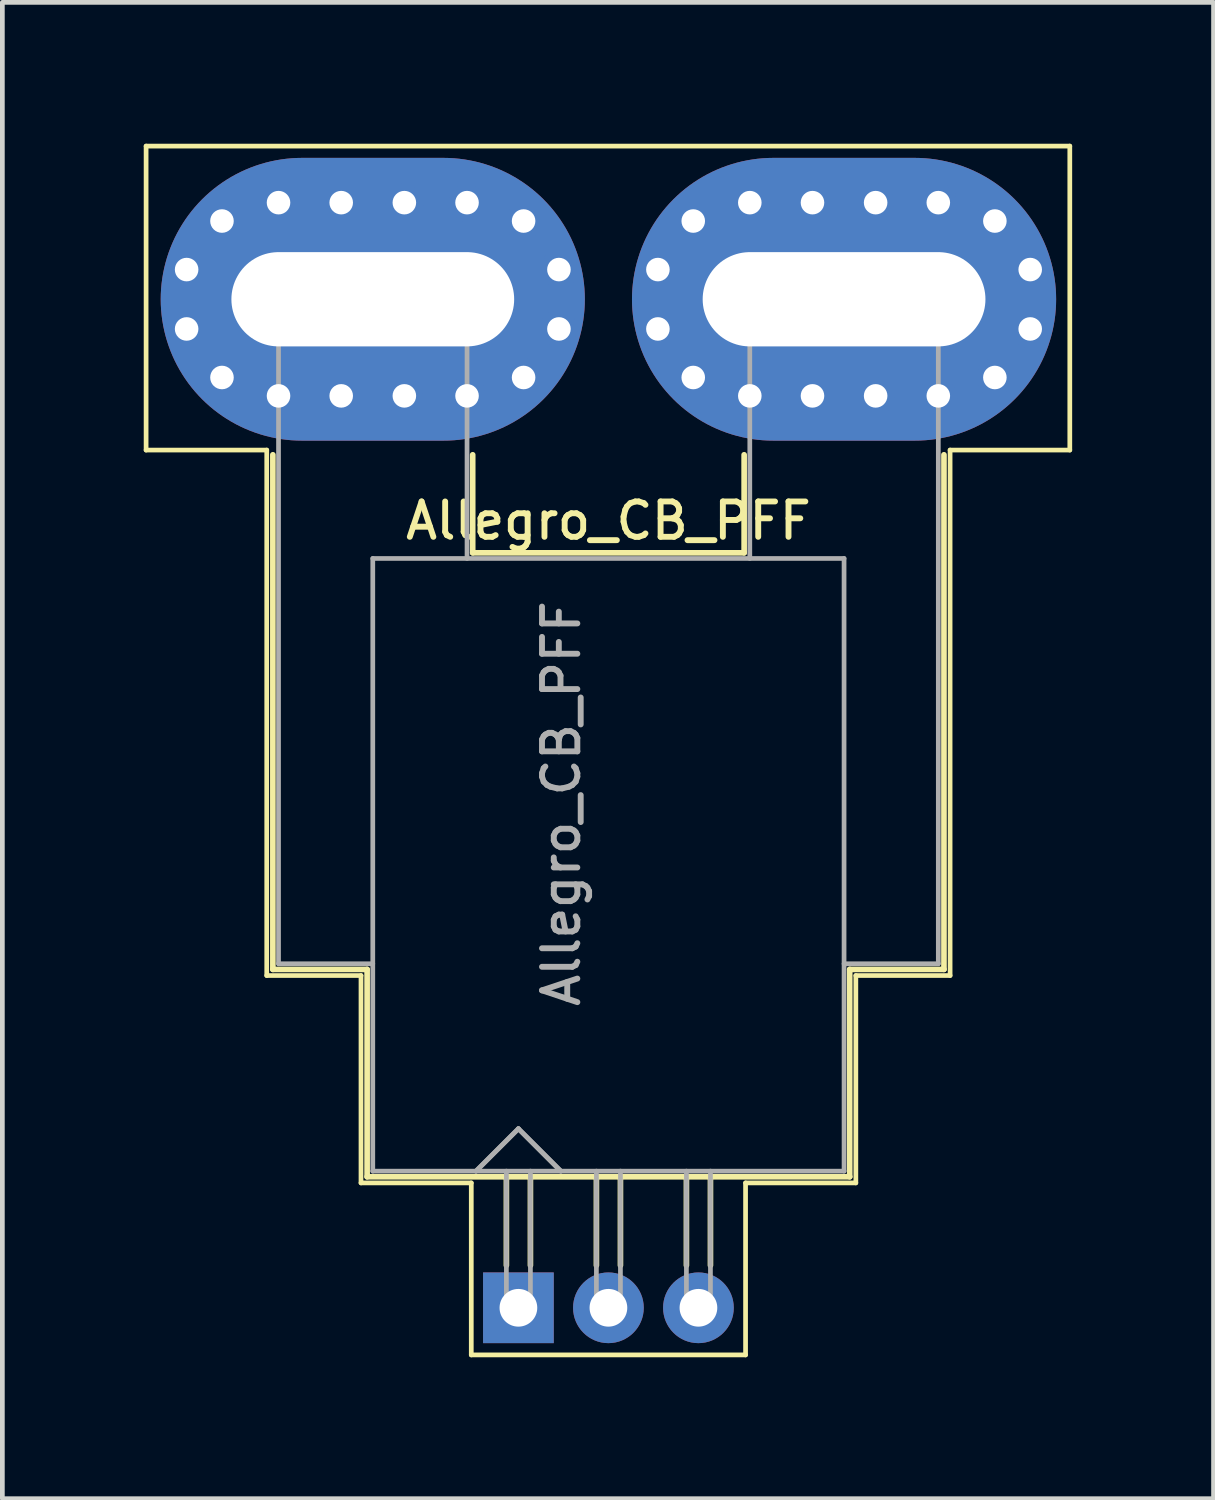
<source format=kicad_pcb>
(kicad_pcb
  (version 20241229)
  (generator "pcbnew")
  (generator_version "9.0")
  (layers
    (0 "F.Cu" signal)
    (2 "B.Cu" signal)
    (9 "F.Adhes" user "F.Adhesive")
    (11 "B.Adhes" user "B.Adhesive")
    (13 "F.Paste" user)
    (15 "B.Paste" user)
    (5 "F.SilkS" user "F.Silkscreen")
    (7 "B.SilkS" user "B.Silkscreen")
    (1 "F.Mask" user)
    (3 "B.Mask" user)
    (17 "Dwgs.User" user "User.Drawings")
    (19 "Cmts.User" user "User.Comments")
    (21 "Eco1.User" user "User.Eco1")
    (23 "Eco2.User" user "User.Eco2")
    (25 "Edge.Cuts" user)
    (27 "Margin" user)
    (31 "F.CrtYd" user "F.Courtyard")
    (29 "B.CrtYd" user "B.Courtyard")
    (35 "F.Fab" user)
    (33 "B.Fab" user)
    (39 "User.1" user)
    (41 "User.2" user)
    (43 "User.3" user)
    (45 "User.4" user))
  (footprint "Allegro_CB_PFF"
    (layer "F.Cu")
    (at 7.95 24.7)
    (property "Reference" "Allegro_CB_PFF" (at 1.91 -16.7 0) (layer "F.SilkS") (effects (font (size 0.75 0.75) (thickness 0.125))))
    (attr through_hole)
    (fp_line (start -7.9 -24.65) (end 11.7 -24.65) (stroke (width 0.1) (type solid)) (layer "F.SilkS"))
    (fp_line (start -7.9 -18.2) (end -7.9 -24.65) (stroke (width 0.1) (type solid)) (layer "F.SilkS"))
    (fp_line (start -7.9 -18.2) (end -5.34 -18.2) (stroke (width 0.1) (type solid)) (layer "F.SilkS"))
    (fp_line (start -5.34 -7.05) (end -5.34 -18.2) (stroke (width 0.1) (type solid)) (layer "F.SilkS"))
    (fp_line (start -5.21 -7.18) (end -5.21 -18.1) (stroke (width 0.12) (type solid)) (layer "F.SilkS"))
    (fp_line (start -3.34 -7.05) (end -5.34 -7.05) (stroke (width 0.1) (type solid)) (layer "F.SilkS"))
    (fp_line (start -3.34 -7.05) (end -3.34 -2.65) (stroke (width 0.1) (type solid)) (layer "F.SilkS"))
    (fp_line (start -3.21 -7.18) (end -5.21 -7.18) (stroke (width 0.12) (type solid)) (layer "F.SilkS"))
    (fp_line (start -3.21 -2.78) (end -3.21 -7.18) (stroke (width 0.12) (type solid)) (layer "F.SilkS"))
    (fp_line (start -1 -2.65) (end -3.34 -2.65) (stroke (width 0.1) (type solid)) (layer "F.SilkS"))
    (fp_line (start -1 -2.65) (end -1 1) (stroke (width 0.1) (type solid)) (layer "F.SilkS"))
    (fp_line (start -0.97 -16.02) (end -0.97 -18.1) (stroke (width 0.12) (type solid)) (layer "F.SilkS"))
    (fp_line (start -0.97 -16.02) (end 4.79 -16.02) (stroke (width 0.12) (type solid)) (layer "F.SilkS"))
    (fp_line (start -0.255 -2.78) (end -0.255 -0.9) (stroke (width 0.12) (type solid)) (layer "F.SilkS"))
    (fp_line (start 0.255 -2.78) (end 0.255 -0.9) (stroke (width 0.12) (type solid)) (layer "F.SilkS"))
    (fp_line (start 1.655 -2.78) (end 1.655 -0.9) (stroke (width 0.12) (type solid)) (layer "F.SilkS"))
    (fp_line (start 2.165 -2.78) (end 2.165 -0.9) (stroke (width 0.12) (type solid)) (layer "F.SilkS"))
    (fp_line (start 3.565 -2.78) (end 3.565 -0.9) (stroke (width 0.12) (type solid)) (layer "F.SilkS"))
    (fp_line (start 4.075 -2.78) (end 4.075 -0.9) (stroke (width 0.12) (type solid)) (layer "F.SilkS"))
    (fp_line (start 4.79 -16.02) (end 4.79 -18.1) (stroke (width 0.12) (type solid)) (layer "F.SilkS"))
    (fp_line (start 4.82 -2.65) (end 4.82 1) (stroke (width 0.1) (type solid)) (layer "F.SilkS"))
    (fp_line (start 4.82 -2.65) (end 7.16 -2.65) (stroke (width 0.1) (type solid)) (layer "F.SilkS"))
    (fp_line (start 4.82 1) (end -1 1) (stroke (width 0.1) (type solid)) (layer "F.SilkS"))
    (fp_line (start 7.03 -7.18) (end 9.03 -7.18) (stroke (width 0.12) (type solid)) (layer "F.SilkS"))
    (fp_line (start 7.03 -2.78) (end -3.21 -2.78) (stroke (width 0.12) (type solid)) (layer "F.SilkS"))
    (fp_line (start 7.03 -2.78) (end 7.03 -7.18) (stroke (width 0.12) (type solid)) (layer "F.SilkS"))
    (fp_line (start 7.16 -7.05) (end 7.16 -2.65) (stroke (width 0.1) (type solid)) (layer "F.SilkS"))
    (fp_line (start 7.16 -7.05) (end 9.16 -7.05) (stroke (width 0.1) (type solid)) (layer "F.SilkS"))
    (fp_line (start 9.03 -7.18) (end 9.03 -18.1) (stroke (width 0.12) (type solid)) (layer "F.SilkS"))
    (fp_line (start 9.16 -18.2) (end 11.7 -18.2) (stroke (width 0.1) (type solid)) (layer "F.SilkS"))
    (fp_line (start 9.16 -7.05) (end 9.16 -18.2) (stroke (width 0.1) (type solid)) (layer "F.SilkS"))
    (fp_line (start 11.7 -24.65) (end 11.7 -18.2) (stroke (width 0.1) (type solid)) (layer "F.SilkS"))
    (fp_line (start -5.09 -21.9) (end -1.09 -21.9) (stroke (width 0.1) (type solid)) (layer "F.Fab"))
    (fp_line (start -5.09 -7.3) (end -5.09 -21.9) (stroke (width 0.1) (type solid)) (layer "F.Fab"))
    (fp_line (start -5.09 -7.3) (end -3.09 -7.3) (stroke (width 0.1) (type solid)) (layer "F.Fab"))
    (fp_line (start -3.09 -15.9) (end -3.09 -2.9) (stroke (width 0.1) (type solid)) (layer "F.Fab"))
    (fp_line (start -3.09 -15.9) (end 6.91 -15.9) (stroke (width 0.1) (type solid)) (layer "F.Fab"))
    (fp_line (start -1.09 -15.9) (end -1.09 -21.9) (stroke (width 0.1) (type solid)) (layer "F.Fab"))
    (fp_line (start -0.9 -2.9) (end 0 -3.8) (stroke (width 0.1) (type solid)) (layer "F.Fab"))
    (fp_line (start -0.9 -2.9) (end 0 -3.8) (stroke (width 0.1) (type solid)) (layer "F.Fab"))
    (fp_line (start -0.255 -2.9) (end -0.255 0.19) (stroke (width 0.1) (type solid)) (layer "F.Fab"))
    (fp_line (start 0 -3.8) (end 0.9 -2.9) (stroke (width 0.1) (type solid)) (layer "F.Fab"))
    (fp_line (start 0 -3.8) (end 0.9 -2.9) (stroke (width 0.1) (type solid)) (layer "F.Fab"))
    (fp_line (start 0.255 -2.9) (end 0.255 0.19) (stroke (width 0.1) (type solid)) (layer "F.Fab"))
    (fp_line (start 1.655 -2.9) (end 1.655 0.19) (stroke (width 0.1) (type solid)) (layer "F.Fab"))
    (fp_line (start 2.165 -2.9) (end 2.165 0.19) (stroke (width 0.1) (type solid)) (layer "F.Fab"))
    (fp_line (start 3.565 -2.9) (end 3.565 0.19) (stroke (width 0.1) (type solid)) (layer "F.Fab"))
    (fp_line (start 4.075 -2.9) (end 4.075 0.19) (stroke (width 0.1) (type solid)) (layer "F.Fab"))
    (fp_line (start 4.91 -15.9) (end 4.91 -21.9) (stroke (width 0.1) (type solid)) (layer "F.Fab"))
    (fp_line (start 6.91 -15.9) (end 6.91 -2.9) (stroke (width 0.1) (type solid)) (layer "F.Fab"))
    (fp_line (start 6.91 -7.3) (end 8.91 -7.3) (stroke (width 0.1) (type solid)) (layer "F.Fab"))
    (fp_line (start 6.91 -2.9) (end -3.09 -2.9) (stroke (width 0.1) (type solid)) (layer "F.Fab"))
    (fp_line (start 8.91 -21.9) (end 4.91 -21.9) (stroke (width 0.1) (type solid)) (layer "F.Fab"))
    (fp_line (start 8.91 -7.3) (end 8.91 -21.9) (stroke (width 0.1) (type solid)) (layer "F.Fab"))
    (fp_text user "${REFERENCE}" (at 0.91 -10.7 90) (layer "F.Fab") (effects (font (size 0.75 0.75) (thickness 0.125))))
    (pad "1" thru_hole rect (at 0 0) (size 1.5 1.5) (drill 0.8) (layers "*.Cu" "*.Mask"))
    (pad "2" thru_hole circle (at 1.91 0) (size 1.5 1.5) (drill 0.8) (layers "*.Cu" "*.Mask"))
    (pad "3" thru_hole circle (at 3.82 0) (size 1.5 1.5) (drill 0.8) (layers "*.Cu" "*.Mask"))
    (pad "4" thru_hole oval (at 2.96 -22.03 65) (size 0.8 0.8) (drill 0.5) (layers "*.Cu" "*.Mask"))
    (pad "4" thru_hole oval (at 2.96 -20.77 295) (size 0.8 0.8) (drill 0.5) (layers "*.Cu" "*.Mask"))
    (pad "4" thru_hole circle (at 3.71 -23.06) (size 0.8 0.8) (drill 0.5) (layers "*.Cu" "*.Mask"))
    (pad "4" thru_hole circle (at 3.71 -19.74) (size 0.8 0.8) (drill 0.5) (layers "*.Cu" "*.Mask"))
    (pad "4" thru_hole circle (at 4.91 -23.45) (size 0.8 0.8) (drill 0.5) (layers "*.Cu" "*.Mask"))
    (pad "4" thru_hole circle (at 4.91 -19.35) (size 0.8 0.8) (drill 0.5) (layers "*.Cu" "*.Mask"))
    (pad "4" thru_hole circle (at 6.24 -23.45) (size 0.8 0.8) (drill 0.5) (layers "*.Cu" "*.Mask"))
    (pad "4" thru_hole circle (at 6.24 -19.35) (size 0.8 0.8) (drill 0.5) (layers "*.Cu" "*.Mask"))
    (pad "4" thru_hole oval (at 6.91 -21.4) (size 9 6) (drill oval 6 2) (layers "*.Cu" "*.Mask"))
    (pad "4" thru_hole circle (at 7.58 -23.45) (size 0.8 0.8) (drill 0.5) (layers "*.Cu" "*.Mask"))
    (pad "4" thru_hole circle (at 7.58 -19.35) (size 0.8 0.8) (drill 0.5) (layers "*.Cu" "*.Mask"))
    (pad "4" thru_hole circle (at 8.91 -23.45) (size 0.8 0.8) (drill 0.5) (layers "*.Cu" "*.Mask"))
    (pad "4" thru_hole circle (at 8.91 -19.35) (size 0.8 0.8) (drill 0.5) (layers "*.Cu" "*.Mask"))
    (pad "4" thru_hole circle (at 10.11 -23.06) (size 0.8 0.8) (drill 0.5) (layers "*.Cu" "*.Mask"))
    (pad "4" thru_hole circle (at 10.11 -19.74) (size 0.8 0.8) (drill 0.5) (layers "*.Cu" "*.Mask"))
    (pad "4" thru_hole circle (at 10.86 -22.03) (size 0.8 0.8) (drill 0.5) (layers "*.Cu" "*.Mask"))
    (pad "4" thru_hole circle (at 10.86 -20.77) (size 0.8 0.8) (drill 0.5) (layers "*.Cu" "*.Mask"))
    (pad "5" thru_hole circle (at -7.04 -22.03) (size 0.8 0.8) (drill 0.5) (layers "*.Cu" "*.Mask"))
    (pad "5" thru_hole circle (at -7.04 -20.77) (size 0.8 0.8) (drill 0.5) (layers "*.Cu" "*.Mask"))
    (pad "5" thru_hole circle (at -6.29 -23.06) (size 0.8 0.8) (drill 0.5) (layers "*.Cu" "*.Mask"))
    (pad "5" thru_hole circle (at -6.29 -19.74) (size 0.8 0.8) (drill 0.5) (layers "*.Cu" "*.Mask"))
    (pad "5" thru_hole circle (at -5.09 -23.45) (size 0.8 0.8) (drill 0.5) (layers "*.Cu" "*.Mask"))
    (pad "5" thru_hole circle (at -5.09 -19.35) (size 0.8 0.8) (drill 0.5) (layers "*.Cu" "*.Mask"))
    (pad "5" thru_hole circle (at -3.76 -23.45) (size 0.8 0.8) (drill 0.5) (layers "*.Cu" "*.Mask"))
    (pad "5" thru_hole circle (at -3.76 -19.35) (size 0.8 0.8) (drill 0.5) (layers "*.Cu" "*.Mask"))
    (pad "5" thru_hole oval (at -3.09 -21.4) (size 9 6) (drill oval 6 2) (layers "*.Cu" "*.Mask"))
    (pad "5" thru_hole circle (at -2.42 -23.45) (size 0.8 0.8) (drill 0.5) (layers "*.Cu" "*.Mask"))
    (pad "5" thru_hole circle (at -2.42 -19.35) (size 0.8 0.8) (drill 0.5) (layers "*.Cu" "*.Mask"))
    (pad "5" thru_hole circle (at -1.09 -23.45) (size 0.8 0.8) (drill 0.5) (layers "*.Cu" "*.Mask"))
    (pad "5" thru_hole circle (at -1.09 -19.35) (size 0.8 0.8) (drill 0.5) (layers "*.Cu" "*.Mask"))
    (pad "5" thru_hole circle (at 0.11 -23.06) (size 0.8 0.8) (drill 0.5) (layers "*.Cu" "*.Mask"))
    (pad "5" thru_hole circle (at 0.11 -19.74) (size 0.8 0.8) (drill 0.5) (layers "*.Cu" "*.Mask"))
    (pad "5" thru_hole oval (at 0.86 -22.03 295) (size 0.8 0.8) (drill 0.5) (layers "*.Cu" "*.Mask"))
    (pad "5" thru_hole oval (at 0.86 -20.77 65) (size 0.8 0.8) (drill 0.5) (layers "*.Cu" "*.Mask")))
  (gr_rect
    (start -3 -3)
    (end 22.7 28.75)
    (stroke (width 0.1) (type default))
    (fill no)
    (layer "Edge.Cuts")))
</source>
